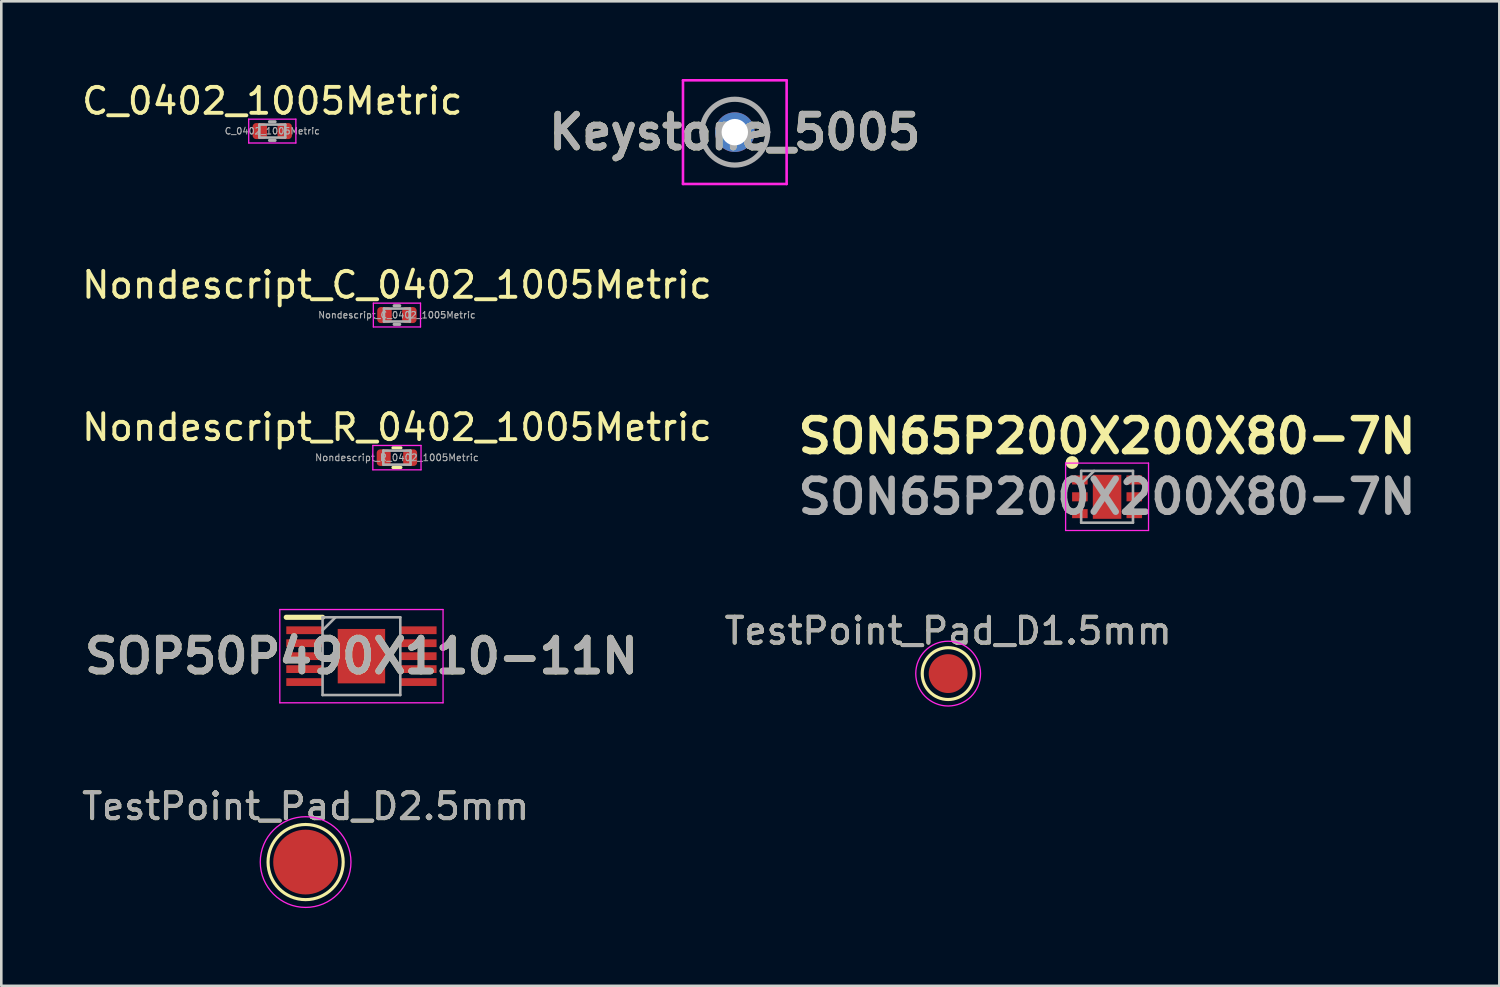
<source format=kicad_pcb>
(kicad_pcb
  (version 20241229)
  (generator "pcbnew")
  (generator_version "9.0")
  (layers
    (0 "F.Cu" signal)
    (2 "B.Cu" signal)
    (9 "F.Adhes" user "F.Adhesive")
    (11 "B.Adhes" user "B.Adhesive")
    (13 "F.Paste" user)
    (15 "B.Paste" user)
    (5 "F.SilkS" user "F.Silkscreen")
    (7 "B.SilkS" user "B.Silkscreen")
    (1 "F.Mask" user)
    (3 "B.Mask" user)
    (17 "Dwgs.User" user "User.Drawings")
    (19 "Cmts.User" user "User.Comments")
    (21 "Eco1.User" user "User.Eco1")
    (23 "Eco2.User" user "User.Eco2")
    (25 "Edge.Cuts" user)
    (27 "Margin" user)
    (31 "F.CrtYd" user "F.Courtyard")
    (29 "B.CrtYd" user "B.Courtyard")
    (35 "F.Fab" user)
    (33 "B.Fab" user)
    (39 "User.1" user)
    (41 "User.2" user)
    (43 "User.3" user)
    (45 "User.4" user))
  (footprint "Keystone_5005"
    (layer "F.Cu")
    (at 25.307 2.05)
    (property "Reference" "Keystone_5005" (at 0 0 0) (layer "F.SilkS") (effects (font (size 1.27 1.27) (thickness 0.254))))
    (attr through_hole)
    (fp_line (start -1.27 0) (end -1.27 0) (stroke (width 0.1) (type solid)) (layer "F.SilkS"))
    (fp_line (start 1.27 0) (end 1.27 0) (stroke (width 0.1) (type solid)) (layer "F.SilkS"))
    (fp_arc (start -1.27 0) (mid 0 -1.27) (end 1.27 0) (stroke (width 0.1) (type solid)) (layer "F.SilkS"))
    (fp_arc (start 1.27 0) (mid 0 1.27) (end -1.27 0) (stroke (width 0.1) (type solid)) (layer "F.SilkS"))
    (fp_line (start -2 -2) (end 2 -2) (stroke (width 0.1) (type solid)) (layer "F.CrtYd"))
    (fp_line (start -2 2) (end -2 -2) (stroke (width 0.1) (type solid)) (layer "F.CrtYd"))
    (fp_line (start 2 -2) (end 2 2) (stroke (width 0.1) (type solid)) (layer "F.CrtYd"))
    (fp_line (start 2 2) (end -2 2) (stroke (width 0.1) (type solid)) (layer "F.CrtYd"))
    (fp_line (start -1.27 0) (end -1.27 0) (stroke (width 0.2) (type solid)) (layer "F.Fab"))
    (fp_line (start 1.27 0) (end 1.27 0) (stroke (width 0.2) (type solid)) (layer "F.Fab"))
    (fp_arc (start -1.27 0) (mid 0 -1.27) (end 1.27 0) (stroke (width 0.2) (type solid)) (layer "F.Fab"))
    (fp_arc (start 1.27 0) (mid 0 1.27) (end -1.27 0) (stroke (width 0.2) (type solid)) (layer "F.Fab"))
    (fp_text user "${REFERENCE}" (at 0 0 0) (layer "F.Fab") (effects (font (size 1.27 1.27) (thickness 0.254))))
    (pad "1" thru_hole circle (at 0 0) (size 1.53 1.53) (drill 1.02) (layers "*.Cu" "*.Mask")))
  (footprint "TestPoint_Pad_D1.5mm"
    (layer "F.Cu")
    (at 33.54 22.945)
    (property "Reference" "TestPoint_Pad_D1.5mm" (at 0 -1.648 0) (layer "F.SilkS") (effects (font (size 1 1) (thickness 0.15))))
    (attr exclude_from_pos_files exclude_from_bom)
    (fp_circle (center 0 0) (end 1 0) (stroke (width 0.12) (type solid)) (fill no) (layer "F.SilkS"))
    (fp_circle (center 0 0) (end 1.25 0) (stroke (width 0.05) (type solid)) (fill no) (layer "F.CrtYd"))
    (fp_text user "${REFERENCE}" (at 0 -1.65 0) (layer "F.Fab") (effects (font (size 1 1) (thickness 0.15))))
    (pad "1" smd circle (at 0 0) (size 1.5 1.5) (layers "F.Cu" "F.Mask")))
  (footprint "Nondescript_R_0402_1005Metric"
    (layer "F.Cu")
    (at 12.268 14.611)
    (property "Reference" "Nondescript_R_0402_1005Metric" (at 0 -1.17 0) (layer "F.SilkS") (effects (font (size 1 1) (thickness 0.15))))
    (attr smd)
    (fp_line (start -0.154 -0.38) (end 0.154 -0.38) (stroke (width 0.12) (type solid)) (layer "F.SilkS"))
    (fp_line (start -0.154 0.38) (end 0.154 0.38) (stroke (width 0.12) (type solid)) (layer "F.SilkS"))
    (fp_line (start -0.93 -0.47) (end 0.93 -0.47) (stroke (width 0.05) (type solid)) (layer "F.CrtYd"))
    (fp_line (start -0.93 0.47) (end -0.93 -0.47) (stroke (width 0.05) (type solid)) (layer "F.CrtYd"))
    (fp_line (start 0.93 -0.47) (end 0.93 0.47) (stroke (width 0.05) (type solid)) (layer "F.CrtYd"))
    (fp_line (start 0.93 0.47) (end -0.93 0.47) (stroke (width 0.05) (type solid)) (layer "F.CrtYd"))
    (fp_line (start -0.525 -0.27) (end 0.525 -0.27) (stroke (width 0.1) (type solid)) (layer "F.Fab"))
    (fp_line (start -0.525 0.27) (end -0.525 -0.27) (stroke (width 0.1) (type solid)) (layer "F.Fab"))
    (fp_line (start 0.525 -0.27) (end 0.525 0.27) (stroke (width 0.1) (type solid)) (layer "F.Fab"))
    (fp_line (start 0.525 0.27) (end -0.525 0.27) (stroke (width 0.1) (type solid)) (layer "F.Fab"))
    (fp_text user "${REFERENCE}" (at 0 0 0) (layer "F.Fab") (effects (font (size 0.26 0.26) (thickness 0.04))))
    (pad "1" smd roundrect (at -0.51 0) (size 0.54 0.64) (layers "F.Cu" "F.Mask" "F.Paste") (roundrect_rratio 0.25))
    (pad "2" smd roundrect (at 0.51 0) (size 0.54 0.64) (layers "F.Cu" "F.Mask" "F.Paste") (roundrect_rratio 0.25)))
  (footprint "SOP50P490X110-11N"
    (layer "F.Cu")
    (at 10.898 22.272)
    (property "Reference" "SOP50P490X110-11N" (at 0 0 0) (layer "F.SilkS") (effects (font (size 1.27 1.27) (thickness 0.254))))
    (attr smd)
    (fp_line (start -2.9 -1.5) (end -1.5 -1.5) (stroke (width 0.2) (type solid)) (layer "F.SilkS"))
    (fp_line (start -3.15 -1.8) (end 3.15 -1.8) (stroke (width 0.05) (type solid)) (layer "F.CrtYd"))
    (fp_line (start -3.15 1.8) (end -3.15 -1.8) (stroke (width 0.05) (type solid)) (layer "F.CrtYd"))
    (fp_line (start 3.15 -1.8) (end 3.15 1.8) (stroke (width 0.05) (type solid)) (layer "F.CrtYd"))
    (fp_line (start 3.15 1.8) (end -3.15 1.8) (stroke (width 0.05) (type solid)) (layer "F.CrtYd"))
    (fp_line (start -1.5 -1.5) (end 1.5 -1.5) (stroke (width 0.1) (type solid)) (layer "F.Fab"))
    (fp_line (start -1.5 -1) (end -1 -1.5) (stroke (width 0.1) (type solid)) (layer "F.Fab"))
    (fp_line (start -1.5 1.5) (end -1.5 -1.5) (stroke (width 0.1) (type solid)) (layer "F.Fab"))
    (fp_line (start 1.5 -1.5) (end 1.5 1.5) (stroke (width 0.1) (type solid)) (layer "F.Fab"))
    (fp_line (start 1.5 1.5) (end -1.5 1.5) (stroke (width 0.1) (type solid)) (layer "F.Fab"))
    (fp_text user "${REFERENCE}" (at 0 0 0) (layer "F.Fab") (effects (font (size 1.27 1.27) (thickness 0.254))))
    (pad "1" smd rect (at -2.2 -1 90) (size 0.3 1.4) (layers "F.Cu" "F.Mask" "F.Paste"))
    (pad "2" smd rect (at -2.2 -0.5 90) (size 0.3 1.4) (layers "F.Cu" "F.Mask" "F.Paste"))
    (pad "3" smd rect (at -2.2 0 90) (size 0.3 1.4) (layers "F.Cu" "F.Mask" "F.Paste"))
    (pad "4" smd rect (at -2.2 0.5 90) (size 0.3 1.4) (layers "F.Cu" "F.Mask" "F.Paste"))
    (pad "5" smd rect (at -2.2 1 90) (size 0.3 1.4) (layers "F.Cu" "F.Mask" "F.Paste"))
    (pad "6" smd rect (at 2.2 1 90) (size 0.3 1.4) (layers "F.Cu" "F.Mask" "F.Paste"))
    (pad "7" smd rect (at 2.2 0.5 90) (size 0.3 1.4) (layers "F.Cu" "F.Mask" "F.Paste"))
    (pad "8" smd rect (at 2.2 0 90) (size 0.3 1.4) (layers "F.Cu" "F.Mask" "F.Paste"))
    (pad "9" smd rect (at 2.2 -0.5 90) (size 0.3 1.4) (layers "F.Cu" "F.Mask" "F.Paste"))
    (pad "10" smd rect (at 2.2 -1 90) (size 0.3 1.4) (layers "F.Cu" "F.Mask" "F.Paste"))
    (pad "11" smd rect (at 0 0) (size 1.83 2.1) (layers "F.Cu" "F.Mask" "F.Paste")))
  (footprint "C_0402_1005Metric"
    (layer "F.Cu")
    (at 7.458 2.008)
    (property "Reference" "C_0402_1005Metric" (at 0 -1.16 0) (layer "F.SilkS") (effects (font (size 1 1) (thickness 0.15))))
    (attr smd)
    (fp_line (start -0.91 -0.46) (end 0.91 -0.46) (stroke (width 0.05) (type solid)) (layer "F.CrtYd"))
    (fp_line (start -0.91 0.46) (end -0.91 -0.46) (stroke (width 0.05) (type solid)) (layer "F.CrtYd"))
    (fp_line (start 0.91 -0.46) (end 0.91 0.46) (stroke (width 0.05) (type solid)) (layer "F.CrtYd"))
    (fp_line (start 0.91 0.46) (end -0.91 0.46) (stroke (width 0.05) (type solid)) (layer "F.CrtYd"))
    (fp_line (start -0.5 -0.25) (end 0.5 -0.25) (stroke (width 0.1) (type solid)) (layer "F.Fab"))
    (fp_line (start -0.5 0.25) (end -0.5 -0.25) (stroke (width 0.1) (type solid)) (layer "F.Fab"))
    (fp_line (start -0.108 -0.36) (end 0.108 -0.36) (stroke (width 0.12) (type solid)) (layer "F.Fab"))
    (fp_line (start -0.108 0.36) (end 0.108 0.36) (stroke (width 0.12) (type solid)) (layer "F.Fab"))
    (fp_line (start 0.5 -0.25) (end 0.5 0.25) (stroke (width 0.1) (type solid)) (layer "F.Fab"))
    (fp_line (start 0.5 0.25) (end -0.5 0.25) (stroke (width 0.1) (type solid)) (layer "F.Fab"))
    (fp_text user "${REFERENCE}" (at 0 0 0) (layer "F.Fab") (effects (font (size 0.25 0.25) (thickness 0.04))))
    (pad "1" smd roundrect (at -0.48 0) (size 0.56 0.62) (layers "F.Cu" "F.Mask" "F.Paste") (roundrect_rratio 0.25))
    (pad "2" smd roundrect (at 0.48 0) (size 0.56 0.62) (layers "F.Cu" "F.Mask" "F.Paste") (roundrect_rratio 0.25)))
  (footprint "TestPoint_Pad_D2.5mm"
    (layer "F.Cu")
    (at 8.744 30.218)
    (property "Reference" "TestPoint_Pad_D2.5mm" (at 0 -2.148 0) (layer "F.SilkS") (effects (font (size 1 1) (thickness 0.15))))
    (attr exclude_from_pos_files exclude_from_bom)
    (fp_circle (center 0 0) (end 0 1.45) (stroke (width 0.12) (type solid)) (fill no) (layer "F.SilkS"))
    (fp_circle (center 0 0) (end 1.75 0) (stroke (width 0.05) (type solid)) (fill no) (layer "F.CrtYd"))
    (fp_text user "${REFERENCE}" (at 0 -2.15 0) (layer "F.Fab") (effects (font (size 1 1) (thickness 0.15))))
    (pad "1" smd circle (at 0 0) (size 2.5 2.5) (layers "F.Cu" "F.Mask")))
  (footprint "Nondescript_C_0402_1005Metric"
    (layer "F.Cu")
    (at 12.268 9.108)
    (property "Reference" "Nondescript_C_0402_1005Metric" (at 0 -1.16 0) (layer "F.SilkS") (effects (font (size 1 1) (thickness 0.15))))
    (attr smd)
    (fp_line (start -0.91 -0.46) (end 0.91 -0.46) (stroke (width 0.05) (type solid)) (layer "F.CrtYd"))
    (fp_line (start -0.91 0.46) (end -0.91 -0.46) (stroke (width 0.05) (type solid)) (layer "F.CrtYd"))
    (fp_line (start 0.91 -0.46) (end 0.91 0.46) (stroke (width 0.05) (type solid)) (layer "F.CrtYd"))
    (fp_line (start 0.91 0.46) (end -0.91 0.46) (stroke (width 0.05) (type solid)) (layer "F.CrtYd"))
    (fp_line (start -0.5 -0.25) (end 0.5 -0.25) (stroke (width 0.1) (type solid)) (layer "F.Fab"))
    (fp_line (start -0.5 0.25) (end -0.5 -0.25) (stroke (width 0.1) (type solid)) (layer "F.Fab"))
    (fp_line (start -0.108 -0.36) (end 0.108 -0.36) (stroke (width 0.12) (type solid)) (layer "F.Fab"))
    (fp_line (start -0.108 0.36) (end 0.108 0.36) (stroke (width 0.12) (type solid)) (layer "F.Fab"))
    (fp_line (start 0.5 -0.25) (end 0.5 0.25) (stroke (width 0.1) (type solid)) (layer "F.Fab"))
    (fp_line (start 0.5 0.25) (end -0.5 0.25) (stroke (width 0.1) (type solid)) (layer "F.Fab"))
    (fp_text user "${REFERENCE}" (at 0 0 0) (layer "F.Fab") (effects (font (size 0.25 0.25) (thickness 0.04))))
    (pad "1" smd roundrect (at -0.48 0) (size 0.56 0.62) (layers "F.Cu" "F.Mask" "F.Paste") (roundrect_rratio 0.25))
    (pad "2" smd roundrect (at 0.48 0) (size 0.56 0.62) (layers "F.Cu" "F.Mask" "F.Paste") (roundrect_rratio 0.25)))
  (footprint "SON65P200X200X80-7N"
    (layer "F.Cu")
    (at 39.673 16.122)
    (property "Reference" "SON65P200X200X80-7N" (at 0 -2.34 0) (layer "F.SilkS") (effects (font (size 1.27 1.27) (thickness 0.254))))
    (attr smd)
    (fp_circle (center -1.35 -1.325) (end -1.35 -1.2) (stroke (width 0.25) (type solid)) (fill no) (layer "F.SilkS"))
    (fp_line (start -1.6 -1.3) (end 1.6 -1.3) (stroke (width 0.05) (type solid)) (layer "F.CrtYd"))
    (fp_line (start -1.6 1.3) (end -1.6 -1.3) (stroke (width 0.05) (type solid)) (layer "F.CrtYd"))
    (fp_line (start 1.6 -1.3) (end 1.6 1.3) (stroke (width 0.05) (type solid)) (layer "F.CrtYd"))
    (fp_line (start 1.6 1.3) (end -1.6 1.3) (stroke (width 0.05) (type solid)) (layer "F.CrtYd"))
    (fp_line (start -1 -1) (end 1 -1) (stroke (width 0.1) (type solid)) (layer "F.Fab"))
    (fp_line (start -1 -0.5) (end -0.5 -1) (stroke (width 0.1) (type solid)) (layer "F.Fab"))
    (fp_line (start -1 1) (end -1 -1) (stroke (width 0.1) (type solid)) (layer "F.Fab"))
    (fp_line (start 1 -1) (end 1 1) (stroke (width 0.1) (type solid)) (layer "F.Fab"))
    (fp_line (start 1 1) (end -1 1) (stroke (width 0.1) (type solid)) (layer "F.Fab"))
    (fp_text user "${REFERENCE}" (at 0 0 0) (layer "F.Fab") (effects (font (size 1.27 1.27) (thickness 0.254))))
    (pad "1" smd rect (at -1.05 -0.65 90) (size 0.35 0.6) (layers "F.Cu" "F.Mask" "F.Paste"))
    (pad "2" smd rect (at -1.05 0 90) (size 0.35 0.6) (layers "F.Cu" "F.Mask" "F.Paste"))
    (pad "3" smd rect (at -1.05 0.65 90) (size 0.35 0.6) (layers "F.Cu" "F.Mask" "F.Paste"))
    (pad "4" smd rect (at 1.05 0.65 90) (size 0.35 0.6) (layers "F.Cu" "F.Mask" "F.Paste"))
    (pad "5" smd rect (at 1.05 0 90) (size 0.35 0.6) (layers "F.Cu" "F.Mask" "F.Paste"))
    (pad "6" smd rect (at 1.05 -0.65 90) (size 0.35 0.6) (layers "F.Cu" "F.Mask" "F.Paste"))
    (pad "7" smd rect (at 0 0) (size 1.1 1.7) (layers "F.Cu" "F.Mask" "F.Paste")))
  (gr_rect
    (start -3 -3)
    (end 54.811 34.993)
    (stroke (width 0.1) (type default))
    (fill no)
    (layer "Edge.Cuts")))
</source>
